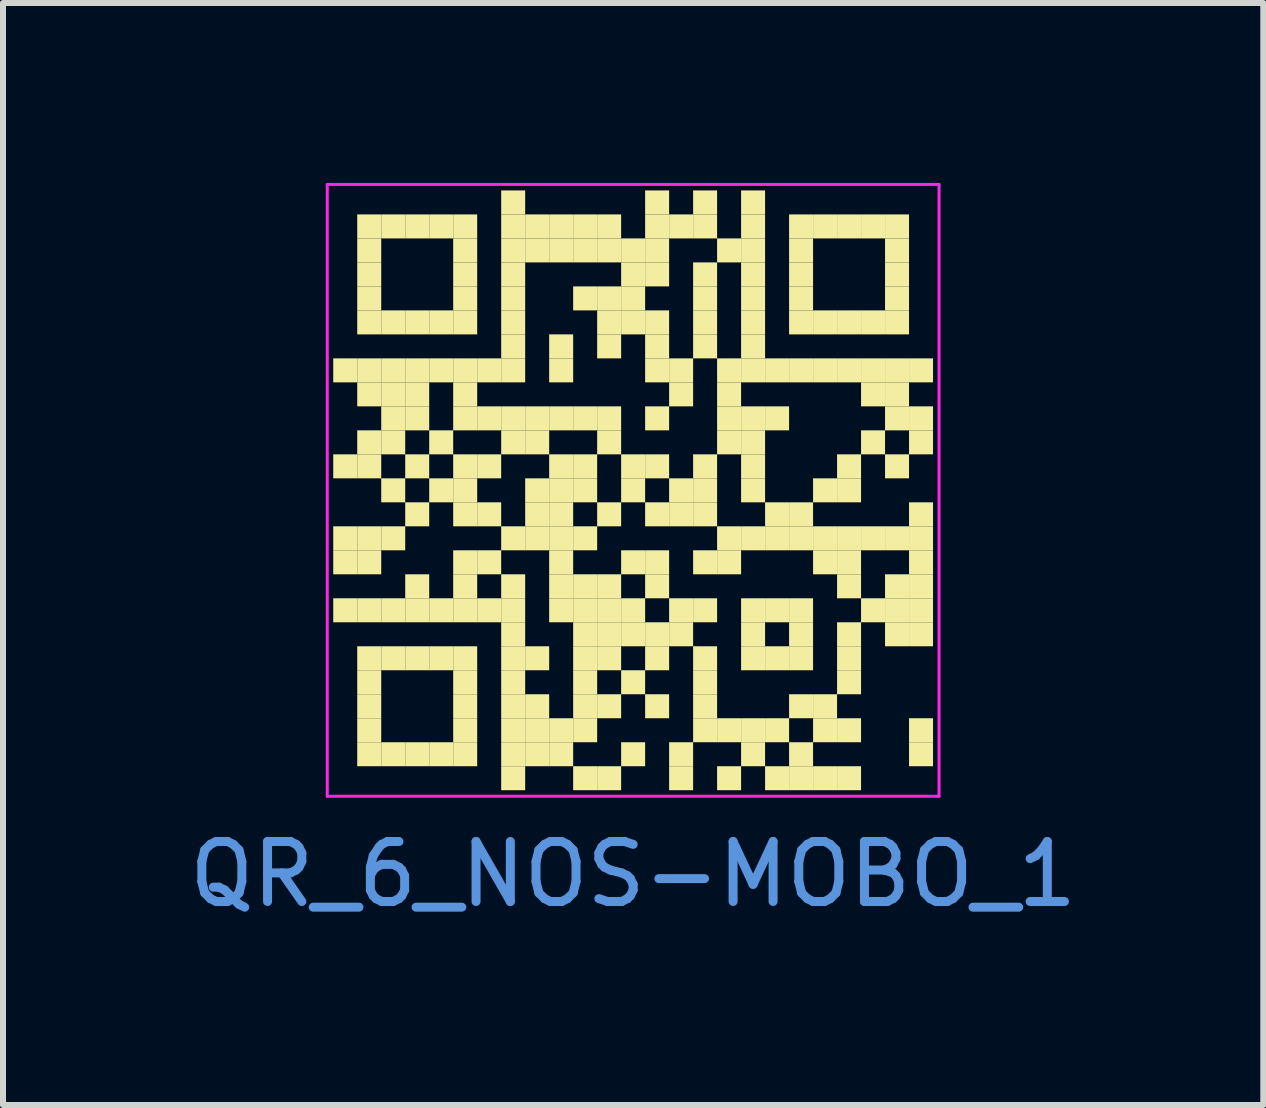
<source format=kicad_pcb>
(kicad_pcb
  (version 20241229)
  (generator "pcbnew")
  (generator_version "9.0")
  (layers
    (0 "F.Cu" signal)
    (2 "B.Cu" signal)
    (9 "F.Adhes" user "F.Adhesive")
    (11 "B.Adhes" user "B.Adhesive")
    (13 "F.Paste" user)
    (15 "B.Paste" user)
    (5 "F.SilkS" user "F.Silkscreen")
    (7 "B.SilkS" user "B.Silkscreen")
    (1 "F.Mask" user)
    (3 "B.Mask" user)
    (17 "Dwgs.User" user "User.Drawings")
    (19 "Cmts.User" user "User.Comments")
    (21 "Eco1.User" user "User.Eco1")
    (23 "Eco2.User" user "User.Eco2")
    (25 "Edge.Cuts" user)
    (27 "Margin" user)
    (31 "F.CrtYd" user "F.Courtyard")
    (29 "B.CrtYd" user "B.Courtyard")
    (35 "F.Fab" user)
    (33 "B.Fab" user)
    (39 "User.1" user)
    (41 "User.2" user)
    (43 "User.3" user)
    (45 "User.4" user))
  (footprint "QR_6_NOS-MOBO_1"
    (layer "F.Cu")
    (at 7.506 5.125)
    (property "Reference" "QR_6_NOS-MOBO_1" (at 0 6.4 0) (layer "Cmts.User") (effects (font (size 1 1) (thickness 0.15))))
    (fp_rect (start -5 -2.2) (end -4.6 -1.8) (stroke (width 0) (type solid)) (fill yes) (layer "F.SilkS"))
    (fp_rect (start -5 -0.6) (end -4.6 -0.2) (stroke (width 0) (type solid)) (fill yes) (layer "F.SilkS"))
    (fp_rect (start -5 0.6) (end -4.6 1) (stroke (width 0) (type solid)) (fill yes) (layer "F.SilkS"))
    (fp_rect (start -5 1) (end -4.6 1.4) (stroke (width 0) (type solid)) (fill yes) (layer "F.SilkS"))
    (fp_rect (start -5 1.8) (end -4.6 2.2) (stroke (width 0) (type solid)) (fill yes) (layer "F.SilkS"))
    (fp_rect (start -4.6 -4.6) (end -4.2 -4.2) (stroke (width 0) (type solid)) (fill yes) (layer "F.SilkS"))
    (fp_rect (start -4.6 -4.2) (end -4.2 -3.8) (stroke (width 0) (type solid)) (fill yes) (layer "F.SilkS"))
    (fp_rect (start -4.6 -3.8) (end -4.2 -3.4) (stroke (width 0) (type solid)) (fill yes) (layer "F.SilkS"))
    (fp_rect (start -4.6 -3.4) (end -4.2 -3) (stroke (width 0) (type solid)) (fill yes) (layer "F.SilkS"))
    (fp_rect (start -4.6 -3) (end -4.2 -2.6) (stroke (width 0) (type solid)) (fill yes) (layer "F.SilkS"))
    (fp_rect (start -4.6 -2.2) (end -4.2 -1.8) (stroke (width 0) (type solid)) (fill yes) (layer "F.SilkS"))
    (fp_rect (start -4.6 -1.8) (end -4.2 -1.4) (stroke (width 0) (type solid)) (fill yes) (layer "F.SilkS"))
    (fp_rect (start -4.6 -1) (end -4.2 -0.6) (stroke (width 0) (type solid)) (fill yes) (layer "F.SilkS"))
    (fp_rect (start -4.6 -0.6) (end -4.2 -0.2) (stroke (width 0) (type solid)) (fill yes) (layer "F.SilkS"))
    (fp_rect (start -4.6 0.6) (end -4.2 1) (stroke (width 0) (type solid)) (fill yes) (layer "F.SilkS"))
    (fp_rect (start -4.6 1) (end -4.2 1.4) (stroke (width 0) (type solid)) (fill yes) (layer "F.SilkS"))
    (fp_rect (start -4.6 1.8) (end -4.2 2.2) (stroke (width 0) (type solid)) (fill yes) (layer "F.SilkS"))
    (fp_rect (start -4.6 2.6) (end -4.2 3) (stroke (width 0) (type solid)) (fill yes) (layer "F.SilkS"))
    (fp_rect (start -4.6 3) (end -4.2 3.4) (stroke (width 0) (type solid)) (fill yes) (layer "F.SilkS"))
    (fp_rect (start -4.6 3.4) (end -4.2 3.8) (stroke (width 0) (type solid)) (fill yes) (layer "F.SilkS"))
    (fp_rect (start -4.6 3.8) (end -4.2 4.2) (stroke (width 0) (type solid)) (fill yes) (layer "F.SilkS"))
    (fp_rect (start -4.6 4.2) (end -4.2 4.6) (stroke (width 0) (type solid)) (fill yes) (layer "F.SilkS"))
    (fp_rect (start -4.2 -4.6) (end -3.8 -4.2) (stroke (width 0) (type solid)) (fill yes) (layer "F.SilkS"))
    (fp_rect (start -4.2 -3) (end -3.8 -2.6) (stroke (width 0) (type solid)) (fill yes) (layer "F.SilkS"))
    (fp_rect (start -4.2 -2.2) (end -3.8 -1.8) (stroke (width 0) (type solid)) (fill yes) (layer "F.SilkS"))
    (fp_rect (start -4.2 -1.8) (end -3.8 -1.4) (stroke (width 0) (type solid)) (fill yes) (layer "F.SilkS"))
    (fp_rect (start -4.2 -1.4) (end -3.8 -1) (stroke (width 0) (type solid)) (fill yes) (layer "F.SilkS"))
    (fp_rect (start -4.2 -1) (end -3.8 -0.6) (stroke (width 0) (type solid)) (fill yes) (layer "F.SilkS"))
    (fp_rect (start -4.2 -0.2) (end -3.8 0.2) (stroke (width 0) (type solid)) (fill yes) (layer "F.SilkS"))
    (fp_rect (start -4.2 0.6) (end -3.8 1) (stroke (width 0) (type solid)) (fill yes) (layer "F.SilkS"))
    (fp_rect (start -4.2 1.8) (end -3.8 2.2) (stroke (width 0) (type solid)) (fill yes) (layer "F.SilkS"))
    (fp_rect (start -4.2 2.6) (end -3.8 3) (stroke (width 0) (type solid)) (fill yes) (layer "F.SilkS"))
    (fp_rect (start -4.2 4.2) (end -3.8 4.6) (stroke (width 0) (type solid)) (fill yes) (layer "F.SilkS"))
    (fp_rect (start -3.8 -4.6) (end -3.4 -4.2) (stroke (width 0) (type solid)) (fill yes) (layer "F.SilkS"))
    (fp_rect (start -3.8 -3) (end -3.4 -2.6) (stroke (width 0) (type solid)) (fill yes) (layer "F.SilkS"))
    (fp_rect (start -3.8 -2.2) (end -3.4 -1.8) (stroke (width 0) (type solid)) (fill yes) (layer "F.SilkS"))
    (fp_rect (start -3.8 -1.8) (end -3.4 -1.4) (stroke (width 0) (type solid)) (fill yes) (layer "F.SilkS"))
    (fp_rect (start -3.8 -1.4) (end -3.4 -1) (stroke (width 0) (type solid)) (fill yes) (layer "F.SilkS"))
    (fp_rect (start -3.8 -0.6) (end -3.4 -0.2) (stroke (width 0) (type solid)) (fill yes) (layer "F.SilkS"))
    (fp_rect (start -3.8 0.2) (end -3.4 0.6) (stroke (width 0) (type solid)) (fill yes) (layer "F.SilkS"))
    (fp_rect (start -3.8 1.4) (end -3.4 1.8) (stroke (width 0) (type solid)) (fill yes) (layer "F.SilkS"))
    (fp_rect (start -3.8 1.8) (end -3.4 2.2) (stroke (width 0) (type solid)) (fill yes) (layer "F.SilkS"))
    (fp_rect (start -3.8 2.6) (end -3.4 3) (stroke (width 0) (type solid)) (fill yes) (layer "F.SilkS"))
    (fp_rect (start -3.8 4.2) (end -3.4 4.6) (stroke (width 0) (type solid)) (fill yes) (layer "F.SilkS"))
    (fp_rect (start -3.4 -4.6) (end -3 -4.2) (stroke (width 0) (type solid)) (fill yes) (layer "F.SilkS"))
    (fp_rect (start -3.4 -3) (end -3 -2.6) (stroke (width 0) (type solid)) (fill yes) (layer "F.SilkS"))
    (fp_rect (start -3.4 -2.2) (end -3 -1.8) (stroke (width 0) (type solid)) (fill yes) (layer "F.SilkS"))
    (fp_rect (start -3.4 -1) (end -3 -0.6) (stroke (width 0) (type solid)) (fill yes) (layer "F.SilkS"))
    (fp_rect (start -3.4 -0.2) (end -3 0.2) (stroke (width 0) (type solid)) (fill yes) (layer "F.SilkS"))
    (fp_rect (start -3.4 1.8) (end -3 2.2) (stroke (width 0) (type solid)) (fill yes) (layer "F.SilkS"))
    (fp_rect (start -3.4 2.6) (end -3 3) (stroke (width 0) (type solid)) (fill yes) (layer "F.SilkS"))
    (fp_rect (start -3.4 4.2) (end -3 4.6) (stroke (width 0) (type solid)) (fill yes) (layer "F.SilkS"))
    (fp_rect (start -3 -4.6) (end -2.6 -4.2) (stroke (width 0) (type solid)) (fill yes) (layer "F.SilkS"))
    (fp_rect (start -3 -4.2) (end -2.6 -3.8) (stroke (width 0) (type solid)) (fill yes) (layer "F.SilkS"))
    (fp_rect (start -3 -3.8) (end -2.6 -3.4) (stroke (width 0) (type solid)) (fill yes) (layer "F.SilkS"))
    (fp_rect (start -3 -3.4) (end -2.6 -3) (stroke (width 0) (type solid)) (fill yes) (layer "F.SilkS"))
    (fp_rect (start -3 -3) (end -2.6 -2.6) (stroke (width 0) (type solid)) (fill yes) (layer "F.SilkS"))
    (fp_rect (start -3 -2.2) (end -2.6 -1.8) (stroke (width 0) (type solid)) (fill yes) (layer "F.SilkS"))
    (fp_rect (start -3 -1.8) (end -2.6 -1.4) (stroke (width 0) (type solid)) (fill yes) (layer "F.SilkS"))
    (fp_rect (start -3 -1.4) (end -2.6 -1) (stroke (width 0) (type solid)) (fill yes) (layer "F.SilkS"))
    (fp_rect (start -3 -0.6) (end -2.6 -0.2) (stroke (width 0) (type solid)) (fill yes) (layer "F.SilkS"))
    (fp_rect (start -3 -0.2) (end -2.6 0.2) (stroke (width 0) (type solid)) (fill yes) (layer "F.SilkS"))
    (fp_rect (start -3 0.2) (end -2.6 0.6) (stroke (width 0) (type solid)) (fill yes) (layer "F.SilkS"))
    (fp_rect (start -3 1) (end -2.6 1.4) (stroke (width 0) (type solid)) (fill yes) (layer "F.SilkS"))
    (fp_rect (start -3 1.4) (end -2.6 1.8) (stroke (width 0) (type solid)) (fill yes) (layer "F.SilkS"))
    (fp_rect (start -3 1.8) (end -2.6 2.2) (stroke (width 0) (type solid)) (fill yes) (layer "F.SilkS"))
    (fp_rect (start -3 2.6) (end -2.6 3) (stroke (width 0) (type solid)) (fill yes) (layer "F.SilkS"))
    (fp_rect (start -3 3) (end -2.6 3.4) (stroke (width 0) (type solid)) (fill yes) (layer "F.SilkS"))
    (fp_rect (start -3 3.4) (end -2.6 3.8) (stroke (width 0) (type solid)) (fill yes) (layer "F.SilkS"))
    (fp_rect (start -3 3.8) (end -2.6 4.2) (stroke (width 0) (type solid)) (fill yes) (layer "F.SilkS"))
    (fp_rect (start -3 4.2) (end -2.6 4.6) (stroke (width 0) (type solid)) (fill yes) (layer "F.SilkS"))
    (fp_rect (start -2.6 -2.2) (end -2.2 -1.8) (stroke (width 0) (type solid)) (fill yes) (layer "F.SilkS"))
    (fp_rect (start -2.6 -1.4) (end -2.2 -1) (stroke (width 0) (type solid)) (fill yes) (layer "F.SilkS"))
    (fp_rect (start -2.6 -0.6) (end -2.2 -0.2) (stroke (width 0) (type solid)) (fill yes) (layer "F.SilkS"))
    (fp_rect (start -2.6 0.2) (end -2.2 0.6) (stroke (width 0) (type solid)) (fill yes) (layer "F.SilkS"))
    (fp_rect (start -2.6 1) (end -2.2 1.4) (stroke (width 0) (type solid)) (fill yes) (layer "F.SilkS"))
    (fp_rect (start -2.6 1.8) (end -2.2 2.2) (stroke (width 0) (type solid)) (fill yes) (layer "F.SilkS"))
    (fp_rect (start -2.2 -5) (end -1.8 -4.6) (stroke (width 0) (type solid)) (fill yes) (layer "F.SilkS"))
    (fp_rect (start -2.2 -4.6) (end -1.8 -4.2) (stroke (width 0) (type solid)) (fill yes) (layer "F.SilkS"))
    (fp_rect (start -2.2 -4.2) (end -1.8 -3.8) (stroke (width 0) (type solid)) (fill yes) (layer "F.SilkS"))
    (fp_rect (start -2.2 -3.8) (end -1.8 -3.4) (stroke (width 0) (type solid)) (fill yes) (layer "F.SilkS"))
    (fp_rect (start -2.2 -3.4) (end -1.8 -3) (stroke (width 0) (type solid)) (fill yes) (layer "F.SilkS"))
    (fp_rect (start -2.2 -3) (end -1.8 -2.6) (stroke (width 0) (type solid)) (fill yes) (layer "F.SilkS"))
    (fp_rect (start -2.2 -2.6) (end -1.8 -2.2) (stroke (width 0) (type solid)) (fill yes) (layer "F.SilkS"))
    (fp_rect (start -2.2 -2.2) (end -1.8 -1.8) (stroke (width 0) (type solid)) (fill yes) (layer "F.SilkS"))
    (fp_rect (start -2.2 -1.4) (end -1.8 -1) (stroke (width 0) (type solid)) (fill yes) (layer "F.SilkS"))
    (fp_rect (start -2.2 -1) (end -1.8 -0.6) (stroke (width 0) (type solid)) (fill yes) (layer "F.SilkS"))
    (fp_rect (start -2.2 0.6) (end -1.8 1) (stroke (width 0) (type solid)) (fill yes) (layer "F.SilkS"))
    (fp_rect (start -2.2 1.4) (end -1.8 1.8) (stroke (width 0) (type solid)) (fill yes) (layer "F.SilkS"))
    (fp_rect (start -2.2 1.8) (end -1.8 2.2) (stroke (width 0) (type solid)) (fill yes) (layer "F.SilkS"))
    (fp_rect (start -2.2 2.2) (end -1.8 2.6) (stroke (width 0) (type solid)) (fill yes) (layer "F.SilkS"))
    (fp_rect (start -2.2 2.6) (end -1.8 3) (stroke (width 0) (type solid)) (fill yes) (layer "F.SilkS"))
    (fp_rect (start -2.2 3) (end -1.8 3.4) (stroke (width 0) (type solid)) (fill yes) (layer "F.SilkS"))
    (fp_rect (start -2.2 3.4) (end -1.8 3.8) (stroke (width 0) (type solid)) (fill yes) (layer "F.SilkS"))
    (fp_rect (start -2.2 3.8) (end -1.8 4.2) (stroke (width 0) (type solid)) (fill yes) (layer "F.SilkS"))
    (fp_rect (start -2.2 4.2) (end -1.8 4.6) (stroke (width 0) (type solid)) (fill yes) (layer "F.SilkS"))
    (fp_rect (start -2.2 4.6) (end -1.8 5) (stroke (width 0) (type solid)) (fill yes) (layer "F.SilkS"))
    (fp_rect (start -1.8 -4.6) (end -1.4 -4.2) (stroke (width 0) (type solid)) (fill yes) (layer "F.SilkS"))
    (fp_rect (start -1.8 -4.2) (end -1.4 -3.8) (stroke (width 0) (type solid)) (fill yes) (layer "F.SilkS"))
    (fp_rect (start -1.8 -1.4) (end -1.4 -1) (stroke (width 0) (type solid)) (fill yes) (layer "F.SilkS"))
    (fp_rect (start -1.8 -1) (end -1.4 -0.6) (stroke (width 0) (type solid)) (fill yes) (layer "F.SilkS"))
    (fp_rect (start -1.8 -0.2) (end -1.4 0.2) (stroke (width 0) (type solid)) (fill yes) (layer "F.SilkS"))
    (fp_rect (start -1.8 0.2) (end -1.4 0.6) (stroke (width 0) (type solid)) (fill yes) (layer "F.SilkS"))
    (fp_rect (start -1.8 0.6) (end -1.4 1) (stroke (width 0) (type solid)) (fill yes) (layer "F.SilkS"))
    (fp_rect (start -1.8 2.6) (end -1.4 3) (stroke (width 0) (type solid)) (fill yes) (layer "F.SilkS"))
    (fp_rect (start -1.8 3.4) (end -1.4 3.8) (stroke (width 0) (type solid)) (fill yes) (layer "F.SilkS"))
    (fp_rect (start -1.8 3.8) (end -1.4 4.2) (stroke (width 0) (type solid)) (fill yes) (layer "F.SilkS"))
    (fp_rect (start -1.8 4.2) (end -1.4 4.6) (stroke (width 0) (type solid)) (fill yes) (layer "F.SilkS"))
    (fp_rect (start -1.4 -4.6) (end -1 -4.2) (stroke (width 0) (type solid)) (fill yes) (layer "F.SilkS"))
    (fp_rect (start -1.4 -4.2) (end -1 -3.8) (stroke (width 0) (type solid)) (fill yes) (layer "F.SilkS"))
    (fp_rect (start -1.4 -2.6) (end -1 -2.2) (stroke (width 0) (type solid)) (fill yes) (layer "F.SilkS"))
    (fp_rect (start -1.4 -2.2) (end -1 -1.8) (stroke (width 0) (type solid)) (fill yes) (layer "F.SilkS"))
    (fp_rect (start -1.4 -1.4) (end -1 -1) (stroke (width 0) (type solid)) (fill yes) (layer "F.SilkS"))
    (fp_rect (start -1.4 -0.6) (end -1 -0.2) (stroke (width 0) (type solid)) (fill yes) (layer "F.SilkS"))
    (fp_rect (start -1.4 -0.2) (end -1 0.2) (stroke (width 0) (type solid)) (fill yes) (layer "F.SilkS"))
    (fp_rect (start -1.4 0.2) (end -1 0.6) (stroke (width 0) (type solid)) (fill yes) (layer "F.SilkS"))
    (fp_rect (start -1.4 0.6) (end -1 1) (stroke (width 0) (type solid)) (fill yes) (layer "F.SilkS"))
    (fp_rect (start -1.4 1) (end -1 1.4) (stroke (width 0) (type solid)) (fill yes) (layer "F.SilkS"))
    (fp_rect (start -1.4 1.4) (end -1 1.8) (stroke (width 0) (type solid)) (fill yes) (layer "F.SilkS"))
    (fp_rect (start -1.4 1.8) (end -1 2.2) (stroke (width 0) (type solid)) (fill yes) (layer "F.SilkS"))
    (fp_rect (start -1.4 3.8) (end -1 4.2) (stroke (width 0) (type solid)) (fill yes) (layer "F.SilkS"))
    (fp_rect (start -1.4 4.2) (end -1 4.6) (stroke (width 0) (type solid)) (fill yes) (layer "F.SilkS"))
    (fp_rect (start -1 -4.6) (end -0.6 -4.2) (stroke (width 0) (type solid)) (fill yes) (layer "F.SilkS"))
    (fp_rect (start -1 -4.2) (end -0.6 -3.8) (stroke (width 0) (type solid)) (fill yes) (layer "F.SilkS"))
    (fp_rect (start -1 -3.4) (end -0.6 -3) (stroke (width 0) (type solid)) (fill yes) (layer "F.SilkS"))
    (fp_rect (start -1 -1.4) (end -0.6 -1) (stroke (width 0) (type solid)) (fill yes) (layer "F.SilkS"))
    (fp_rect (start -1 -0.6) (end -0.6 -0.2) (stroke (width 0) (type solid)) (fill yes) (layer "F.SilkS"))
    (fp_rect (start -1 -0.2) (end -0.6 0.2) (stroke (width 0) (type solid)) (fill yes) (layer "F.SilkS"))
    (fp_rect (start -1 0.6) (end -0.6 1) (stroke (width 0) (type solid)) (fill yes) (layer "F.SilkS"))
    (fp_rect (start -1 1.4) (end -0.6 1.8) (stroke (width 0) (type solid)) (fill yes) (layer "F.SilkS"))
    (fp_rect (start -1 1.8) (end -0.6 2.2) (stroke (width 0) (type solid)) (fill yes) (layer "F.SilkS"))
    (fp_rect (start -1 2.2) (end -0.6 2.6) (stroke (width 0) (type solid)) (fill yes) (layer "F.SilkS"))
    (fp_rect (start -1 2.6) (end -0.6 3) (stroke (width 0) (type solid)) (fill yes) (layer "F.SilkS"))
    (fp_rect (start -1 3) (end -0.6 3.4) (stroke (width 0) (type solid)) (fill yes) (layer "F.SilkS"))
    (fp_rect (start -1 3.4) (end -0.6 3.8) (stroke (width 0) (type solid)) (fill yes) (layer "F.SilkS"))
    (fp_rect (start -1 3.8) (end -0.6 4.2) (stroke (width 0) (type solid)) (fill yes) (layer "F.SilkS"))
    (fp_rect (start -1 4.6) (end -0.6 5) (stroke (width 0) (type solid)) (fill yes) (layer "F.SilkS"))
    (fp_rect (start -0.6 -4.6) (end -0.2 -4.2) (stroke (width 0) (type solid)) (fill yes) (layer "F.SilkS"))
    (fp_rect (start -0.6 -4.2) (end -0.2 -3.8) (stroke (width 0) (type solid)) (fill yes) (layer "F.SilkS"))
    (fp_rect (start -0.6 -3.4) (end -0.2 -3) (stroke (width 0) (type solid)) (fill yes) (layer "F.SilkS"))
    (fp_rect (start -0.6 -3) (end -0.2 -2.6) (stroke (width 0) (type solid)) (fill yes) (layer "F.SilkS"))
    (fp_rect (start -0.6 -2.6) (end -0.2 -2.2) (stroke (width 0) (type solid)) (fill yes) (layer "F.SilkS"))
    (fp_rect (start -0.6 -1.4) (end -0.2 -1) (stroke (width 0) (type solid)) (fill yes) (layer "F.SilkS"))
    (fp_rect (start -0.6 -1) (end -0.2 -0.6) (stroke (width 0) (type solid)) (fill yes) (layer "F.SilkS"))
    (fp_rect (start -0.6 0.2) (end -0.2 0.6) (stroke (width 0) (type solid)) (fill yes) (layer "F.SilkS"))
    (fp_rect (start -0.6 1.4) (end -0.2 1.8) (stroke (width 0) (type solid)) (fill yes) (layer "F.SilkS"))
    (fp_rect (start -0.6 1.8) (end -0.2 2.2) (stroke (width 0) (type solid)) (fill yes) (layer "F.SilkS"))
    (fp_rect (start -0.6 2.2) (end -0.2 2.6) (stroke (width 0) (type solid)) (fill yes) (layer "F.SilkS"))
    (fp_rect (start -0.6 2.6) (end -0.2 3) (stroke (width 0) (type solid)) (fill yes) (layer "F.SilkS"))
    (fp_rect (start -0.6 3.4) (end -0.2 3.8) (stroke (width 0) (type solid)) (fill yes) (layer "F.SilkS"))
    (fp_rect (start -0.6 4.6) (end -0.2 5) (stroke (width 0) (type solid)) (fill yes) (layer "F.SilkS"))
    (fp_rect (start -0.2 -4.2) (end 0.2 -3.8) (stroke (width 0) (type solid)) (fill yes) (layer "F.SilkS"))
    (fp_rect (start -0.2 -3.8) (end 0.2 -3.4) (stroke (width 0) (type solid)) (fill yes) (layer "F.SilkS"))
    (fp_rect (start -0.2 -3.4) (end 0.2 -3) (stroke (width 0) (type solid)) (fill yes) (layer "F.SilkS"))
    (fp_rect (start -0.2 -3) (end 0.2 -2.6) (stroke (width 0) (type solid)) (fill yes) (layer "F.SilkS"))
    (fp_rect (start -0.2 -0.6) (end 0.2 -0.2) (stroke (width 0) (type solid)) (fill yes) (layer "F.SilkS"))
    (fp_rect (start -0.2 -0.2) (end 0.2 0.2) (stroke (width 0) (type solid)) (fill yes) (layer "F.SilkS"))
    (fp_rect (start -0.2 1) (end 0.2 1.4) (stroke (width 0) (type solid)) (fill yes) (layer "F.SilkS"))
    (fp_rect (start -0.2 1.8) (end 0.2 2.2) (stroke (width 0) (type solid)) (fill yes) (layer "F.SilkS"))
    (fp_rect (start -0.2 2.2) (end 0.2 2.6) (stroke (width 0) (type solid)) (fill yes) (layer "F.SilkS"))
    (fp_rect (start -0.2 3) (end 0.2 3.4) (stroke (width 0) (type solid)) (fill yes) (layer "F.SilkS"))
    (fp_rect (start -0.2 4.2) (end 0.2 4.6) (stroke (width 0) (type solid)) (fill yes) (layer "F.SilkS"))
    (fp_rect (start 0.2 -5) (end 0.6 -4.6) (stroke (width 0) (type solid)) (fill yes) (layer "F.SilkS"))
    (fp_rect (start 0.2 -4.6) (end 0.6 -4.2) (stroke (width 0) (type solid)) (fill yes) (layer "F.SilkS"))
    (fp_rect (start 0.2 -4.2) (end 0.6 -3.8) (stroke (width 0) (type solid)) (fill yes) (layer "F.SilkS"))
    (fp_rect (start 0.2 -3.8) (end 0.6 -3.4) (stroke (width 0) (type solid)) (fill yes) (layer "F.SilkS"))
    (fp_rect (start 0.2 -3) (end 0.6 -2.6) (stroke (width 0) (type solid)) (fill yes) (layer "F.SilkS"))
    (fp_rect (start 0.2 -2.6) (end 0.6 -2.2) (stroke (width 0) (type solid)) (fill yes) (layer "F.SilkS"))
    (fp_rect (start 0.2 -2.2) (end 0.6 -1.8) (stroke (width 0) (type solid)) (fill yes) (layer "F.SilkS"))
    (fp_rect (start 0.2 -1.4) (end 0.6 -1) (stroke (width 0) (type solid)) (fill yes) (layer "F.SilkS"))
    (fp_rect (start 0.2 -0.6) (end 0.6 -0.2) (stroke (width 0) (type solid)) (fill yes) (layer "F.SilkS"))
    (fp_rect (start 0.2 0.2) (end 0.6 0.6) (stroke (width 0) (type solid)) (fill yes) (layer "F.SilkS"))
    (fp_rect (start 0.2 1) (end 0.6 1.4) (stroke (width 0) (type solid)) (fill yes) (layer "F.SilkS"))
    (fp_rect (start 0.2 1.4) (end 0.6 1.8) (stroke (width 0) (type solid)) (fill yes) (layer "F.SilkS"))
    (fp_rect (start 0.2 2.2) (end 0.6 2.6) (stroke (width 0) (type solid)) (fill yes) (layer "F.SilkS"))
    (fp_rect (start 0.2 2.6) (end 0.6 3) (stroke (width 0) (type solid)) (fill yes) (layer "F.SilkS"))
    (fp_rect (start 0.2 3.4) (end 0.6 3.8) (stroke (width 0) (type solid)) (fill yes) (layer "F.SilkS"))
    (fp_rect (start 0.6 -4.6) (end 1 -4.2) (stroke (width 0) (type solid)) (fill yes) (layer "F.SilkS"))
    (fp_rect (start 0.6 -2.2) (end 1 -1.8) (stroke (width 0) (type solid)) (fill yes) (layer "F.SilkS"))
    (fp_rect (start 0.6 -1.8) (end 1 -1.4) (stroke (width 0) (type solid)) (fill yes) (layer "F.SilkS"))
    (fp_rect (start 0.6 -0.2) (end 1 0.2) (stroke (width 0) (type solid)) (fill yes) (layer "F.SilkS"))
    (fp_rect (start 0.6 0.2) (end 1 0.6) (stroke (width 0) (type solid)) (fill yes) (layer "F.SilkS"))
    (fp_rect (start 0.6 1.8) (end 1 2.2) (stroke (width 0) (type solid)) (fill yes) (layer "F.SilkS"))
    (fp_rect (start 0.6 2.2) (end 1 2.6) (stroke (width 0) (type solid)) (fill yes) (layer "F.SilkS"))
    (fp_rect (start 0.6 4.2) (end 1 4.6) (stroke (width 0) (type solid)) (fill yes) (layer "F.SilkS"))
    (fp_rect (start 0.6 4.6) (end 1 5) (stroke (width 0) (type solid)) (fill yes) (layer "F.SilkS"))
    (fp_rect (start 1 -5) (end 1.4 -4.6) (stroke (width 0) (type solid)) (fill yes) (layer "F.SilkS"))
    (fp_rect (start 1 -4.6) (end 1.4 -4.2) (stroke (width 0) (type solid)) (fill yes) (layer "F.SilkS"))
    (fp_rect (start 1 -3.8) (end 1.4 -3.4) (stroke (width 0) (type solid)) (fill yes) (layer "F.SilkS"))
    (fp_rect (start 1 -3.4) (end 1.4 -3) (stroke (width 0) (type solid)) (fill yes) (layer "F.SilkS"))
    (fp_rect (start 1 -3) (end 1.4 -2.6) (stroke (width 0) (type solid)) (fill yes) (layer "F.SilkS"))
    (fp_rect (start 1 -2.6) (end 1.4 -2.2) (stroke (width 0) (type solid)) (fill yes) (layer "F.SilkS"))
    (fp_rect (start 1 -0.6) (end 1.4 -0.2) (stroke (width 0) (type solid)) (fill yes) (layer "F.SilkS"))
    (fp_rect (start 1 -0.2) (end 1.4 0.2) (stroke (width 0) (type solid)) (fill yes) (layer "F.SilkS"))
    (fp_rect (start 1 0.2) (end 1.4 0.6) (stroke (width 0) (type solid)) (fill yes) (layer "F.SilkS"))
    (fp_rect (start 1 1) (end 1.4 1.4) (stroke (width 0) (type solid)) (fill yes) (layer "F.SilkS"))
    (fp_rect (start 1 1.8) (end 1.4 2.2) (stroke (width 0) (type solid)) (fill yes) (layer "F.SilkS"))
    (fp_rect (start 1 2.6) (end 1.4 3) (stroke (width 0) (type solid)) (fill yes) (layer "F.SilkS"))
    (fp_rect (start 1 3) (end 1.4 3.4) (stroke (width 0) (type solid)) (fill yes) (layer "F.SilkS"))
    (fp_rect (start 1 3.4) (end 1.4 3.8) (stroke (width 0) (type solid)) (fill yes) (layer "F.SilkS"))
    (fp_rect (start 1 3.8) (end 1.4 4.2) (stroke (width 0) (type solid)) (fill yes) (layer "F.SilkS"))
    (fp_rect (start 1.4 -4.2) (end 1.8 -3.8) (stroke (width 0) (type solid)) (fill yes) (layer "F.SilkS"))
    (fp_rect (start 1.4 -2.2) (end 1.8 -1.8) (stroke (width 0) (type solid)) (fill yes) (layer "F.SilkS"))
    (fp_rect (start 1.4 -1.8) (end 1.8 -1.4) (stroke (width 0) (type solid)) (fill yes) (layer "F.SilkS"))
    (fp_rect (start 1.4 -1.4) (end 1.8 -1) (stroke (width 0) (type solid)) (fill yes) (layer "F.SilkS"))
    (fp_rect (start 1.4 -1) (end 1.8 -0.6) (stroke (width 0) (type solid)) (fill yes) (layer "F.SilkS"))
    (fp_rect (start 1.4 0.6) (end 1.8 1) (stroke (width 0) (type solid)) (fill yes) (layer "F.SilkS"))
    (fp_rect (start 1.4 1) (end 1.8 1.4) (stroke (width 0) (type solid)) (fill yes) (layer "F.SilkS"))
    (fp_rect (start 1.4 3.8) (end 1.8 4.2) (stroke (width 0) (type solid)) (fill yes) (layer "F.SilkS"))
    (fp_rect (start 1.4 4.6) (end 1.8 5) (stroke (width 0) (type solid)) (fill yes) (layer "F.SilkS"))
    (fp_rect (start 1.8 -5) (end 2.2 -4.6) (stroke (width 0) (type solid)) (fill yes) (layer "F.SilkS"))
    (fp_rect (start 1.8 -4.6) (end 2.2 -4.2) (stroke (width 0) (type solid)) (fill yes) (layer "F.SilkS"))
    (fp_rect (start 1.8 -4.2) (end 2.2 -3.8) (stroke (width 0) (type solid)) (fill yes) (layer "F.SilkS"))
    (fp_rect (start 1.8 -3.8) (end 2.2 -3.4) (stroke (width 0) (type solid)) (fill yes) (layer "F.SilkS"))
    (fp_rect (start 1.8 -3.4) (end 2.2 -3) (stroke (width 0) (type solid)) (fill yes) (layer "F.SilkS"))
    (fp_rect (start 1.8 -3) (end 2.2 -2.6) (stroke (width 0) (type solid)) (fill yes) (layer "F.SilkS"))
    (fp_rect (start 1.8 -2.6) (end 2.2 -2.2) (stroke (width 0) (type solid)) (fill yes) (layer "F.SilkS"))
    (fp_rect (start 1.8 -2.2) (end 2.2 -1.8) (stroke (width 0) (type solid)) (fill yes) (layer "F.SilkS"))
    (fp_rect (start 1.8 -1.4) (end 2.2 -1) (stroke (width 0) (type solid)) (fill yes) (layer "F.SilkS"))
    (fp_rect (start 1.8 -1) (end 2.2 -0.6) (stroke (width 0) (type solid)) (fill yes) (layer "F.SilkS"))
    (fp_rect (start 1.8 -0.6) (end 2.2 -0.2) (stroke (width 0) (type solid)) (fill yes) (layer "F.SilkS"))
    (fp_rect (start 1.8 -0.2) (end 2.2 0.2) (stroke (width 0) (type solid)) (fill yes) (layer "F.SilkS"))
    (fp_rect (start 1.8 0.6) (end 2.2 1) (stroke (width 0) (type solid)) (fill yes) (layer "F.SilkS"))
    (fp_rect (start 1.8 1.8) (end 2.2 2.2) (stroke (width 0) (type solid)) (fill yes) (layer "F.SilkS"))
    (fp_rect (start 1.8 2.2) (end 2.2 2.6) (stroke (width 0) (type solid)) (fill yes) (layer "F.SilkS"))
    (fp_rect (start 1.8 2.6) (end 2.2 3) (stroke (width 0) (type solid)) (fill yes) (layer "F.SilkS"))
    (fp_rect (start 1.8 3.8) (end 2.2 4.2) (stroke (width 0) (type solid)) (fill yes) (layer "F.SilkS"))
    (fp_rect (start 1.8 4.2) (end 2.2 4.6) (stroke (width 0) (type solid)) (fill yes) (layer "F.SilkS"))
    (fp_rect (start 2.2 -2.2) (end 2.6 -1.8) (stroke (width 0) (type solid)) (fill yes) (layer "F.SilkS"))
    (fp_rect (start 2.2 -1.4) (end 2.6 -1) (stroke (width 0) (type solid)) (fill yes) (layer "F.SilkS"))
    (fp_rect (start 2.2 0.2) (end 2.6 0.6) (stroke (width 0) (type solid)) (fill yes) (layer "F.SilkS"))
    (fp_rect (start 2.2 0.6) (end 2.6 1) (stroke (width 0) (type solid)) (fill yes) (layer "F.SilkS"))
    (fp_rect (start 2.2 1.8) (end 2.6 2.2) (stroke (width 0) (type solid)) (fill yes) (layer "F.SilkS"))
    (fp_rect (start 2.2 2.6) (end 2.6 3) (stroke (width 0) (type solid)) (fill yes) (layer "F.SilkS"))
    (fp_rect (start 2.2 3.8) (end 2.6 4.2) (stroke (width 0) (type solid)) (fill yes) (layer "F.SilkS"))
    (fp_rect (start 2.2 4.6) (end 2.6 5) (stroke (width 0) (type solid)) (fill yes) (layer "F.SilkS"))
    (fp_rect (start 2.6 -4.6) (end 3 -4.2) (stroke (width 0) (type solid)) (fill yes) (layer "F.SilkS"))
    (fp_rect (start 2.6 -4.2) (end 3 -3.8) (stroke (width 0) (type solid)) (fill yes) (layer "F.SilkS"))
    (fp_rect (start 2.6 -3.8) (end 3 -3.4) (stroke (width 0) (type solid)) (fill yes) (layer "F.SilkS"))
    (fp_rect (start 2.6 -3.4) (end 3 -3) (stroke (width 0) (type solid)) (fill yes) (layer "F.SilkS"))
    (fp_rect (start 2.6 -3) (end 3 -2.6) (stroke (width 0) (type solid)) (fill yes) (layer "F.SilkS"))
    (fp_rect (start 2.6 -2.2) (end 3 -1.8) (stroke (width 0) (type solid)) (fill yes) (layer "F.SilkS"))
    (fp_rect (start 2.6 0.2) (end 3 0.6) (stroke (width 0) (type solid)) (fill yes) (layer "F.SilkS"))
    (fp_rect (start 2.6 0.6) (end 3 1) (stroke (width 0) (type solid)) (fill yes) (layer "F.SilkS"))
    (fp_rect (start 2.6 1.8) (end 3 2.2) (stroke (width 0) (type solid)) (fill yes) (layer "F.SilkS"))
    (fp_rect (start 2.6 2.2) (end 3 2.6) (stroke (width 0) (type solid)) (fill yes) (layer "F.SilkS"))
    (fp_rect (start 2.6 2.6) (end 3 3) (stroke (width 0) (type solid)) (fill yes) (layer "F.SilkS"))
    (fp_rect (start 2.6 3.4) (end 3 3.8) (stroke (width 0) (type solid)) (fill yes) (layer "F.SilkS"))
    (fp_rect (start 2.6 4.2) (end 3 4.6) (stroke (width 0) (type solid)) (fill yes) (layer "F.SilkS"))
    (fp_rect (start 2.6 4.6) (end 3 5) (stroke (width 0) (type solid)) (fill yes) (layer "F.SilkS"))
    (fp_rect (start 3 -4.6) (end 3.4 -4.2) (stroke (width 0) (type solid)) (fill yes) (layer "F.SilkS"))
    (fp_rect (start 3 -3) (end 3.4 -2.6) (stroke (width 0) (type solid)) (fill yes) (layer "F.SilkS"))
    (fp_rect (start 3 -2.2) (end 3.4 -1.8) (stroke (width 0) (type solid)) (fill yes) (layer "F.SilkS"))
    (fp_rect (start 3 -0.2) (end 3.4 0.2) (stroke (width 0) (type solid)) (fill yes) (layer "F.SilkS"))
    (fp_rect (start 3 0.6) (end 3.4 1) (stroke (width 0) (type solid)) (fill yes) (layer "F.SilkS"))
    (fp_rect (start 3 1) (end 3.4 1.4) (stroke (width 0) (type solid)) (fill yes) (layer "F.SilkS"))
    (fp_rect (start 3 3.4) (end 3.4 3.8) (stroke (width 0) (type solid)) (fill yes) (layer "F.SilkS"))
    (fp_rect (start 3 3.8) (end 3.4 4.2) (stroke (width 0) (type solid)) (fill yes) (layer "F.SilkS"))
    (fp_rect (start 3 4.6) (end 3.4 5) (stroke (width 0) (type solid)) (fill yes) (layer "F.SilkS"))
    (fp_rect (start 3.4 -4.6) (end 3.8 -4.2) (stroke (width 0) (type solid)) (fill yes) (layer "F.SilkS"))
    (fp_rect (start 3.4 -3) (end 3.8 -2.6) (stroke (width 0) (type solid)) (fill yes) (layer "F.SilkS"))
    (fp_rect (start 3.4 -2.2) (end 3.8 -1.8) (stroke (width 0) (type solid)) (fill yes) (layer "F.SilkS"))
    (fp_rect (start 3.4 -0.6) (end 3.8 -0.2) (stroke (width 0) (type solid)) (fill yes) (layer "F.SilkS"))
    (fp_rect (start 3.4 -0.2) (end 3.8 0.2) (stroke (width 0) (type solid)) (fill yes) (layer "F.SilkS"))
    (fp_rect (start 3.4 0.6) (end 3.8 1) (stroke (width 0) (type solid)) (fill yes) (layer "F.SilkS"))
    (fp_rect (start 3.4 1) (end 3.8 1.4) (stroke (width 0) (type solid)) (fill yes) (layer "F.SilkS"))
    (fp_rect (start 3.4 1.4) (end 3.8 1.8) (stroke (width 0) (type solid)) (fill yes) (layer "F.SilkS"))
    (fp_rect (start 3.4 2.2) (end 3.8 2.6) (stroke (width 0) (type solid)) (fill yes) (layer "F.SilkS"))
    (fp_rect (start 3.4 2.6) (end 3.8 3) (stroke (width 0) (type solid)) (fill yes) (layer "F.SilkS"))
    (fp_rect (start 3.4 3) (end 3.8 3.4) (stroke (width 0) (type solid)) (fill yes) (layer "F.SilkS"))
    (fp_rect (start 3.4 3.8) (end 3.8 4.2) (stroke (width 0) (type solid)) (fill yes) (layer "F.SilkS"))
    (fp_rect (start 3.4 4.6) (end 3.8 5) (stroke (width 0) (type solid)) (fill yes) (layer "F.SilkS"))
    (fp_rect (start 3.8 -4.6) (end 4.2 -4.2) (stroke (width 0) (type solid)) (fill yes) (layer "F.SilkS"))
    (fp_rect (start 3.8 -3) (end 4.2 -2.6) (stroke (width 0) (type solid)) (fill yes) (layer "F.SilkS"))
    (fp_rect (start 3.8 -2.2) (end 4.2 -1.8) (stroke (width 0) (type solid)) (fill yes) (layer "F.SilkS"))
    (fp_rect (start 3.8 -1.8) (end 4.2 -1.4) (stroke (width 0) (type solid)) (fill yes) (layer "F.SilkS"))
    (fp_rect (start 3.8 -1) (end 4.2 -0.6) (stroke (width 0) (type solid)) (fill yes) (layer "F.SilkS"))
    (fp_rect (start 3.8 0.6) (end 4.2 1) (stroke (width 0) (type solid)) (fill yes) (layer "F.SilkS"))
    (fp_rect (start 3.8 1.8) (end 4.2 2.2) (stroke (width 0) (type solid)) (fill yes) (layer "F.SilkS"))
    (fp_rect (start 4.2 -4.6) (end 4.6 -4.2) (stroke (width 0) (type solid)) (fill yes) (layer "F.SilkS"))
    (fp_rect (start 4.2 -4.2) (end 4.6 -3.8) (stroke (width 0) (type solid)) (fill yes) (layer "F.SilkS"))
    (fp_rect (start 4.2 -3.8) (end 4.6 -3.4) (stroke (width 0) (type solid)) (fill yes) (layer "F.SilkS"))
    (fp_rect (start 4.2 -3.4) (end 4.6 -3) (stroke (width 0) (type solid)) (fill yes) (layer "F.SilkS"))
    (fp_rect (start 4.2 -3) (end 4.6 -2.6) (stroke (width 0) (type solid)) (fill yes) (layer "F.SilkS"))
    (fp_rect (start 4.2 -2.2) (end 4.6 -1.8) (stroke (width 0) (type solid)) (fill yes) (layer "F.SilkS"))
    (fp_rect (start 4.2 -1.8) (end 4.6 -1.4) (stroke (width 0) (type solid)) (fill yes) (layer "F.SilkS"))
    (fp_rect (start 4.2 -1.4) (end 4.6 -1) (stroke (width 0) (type solid)) (fill yes) (layer "F.SilkS"))
    (fp_rect (start 4.2 -0.6) (end 4.6 -0.2) (stroke (width 0) (type solid)) (fill yes) (layer "F.SilkS"))
    (fp_rect (start 4.2 0.6) (end 4.6 1) (stroke (width 0) (type solid)) (fill yes) (layer "F.SilkS"))
    (fp_rect (start 4.2 1.4) (end 4.6 1.8) (stroke (width 0) (type solid)) (fill yes) (layer "F.SilkS"))
    (fp_rect (start 4.2 1.8) (end 4.6 2.2) (stroke (width 0) (type solid)) (fill yes) (layer "F.SilkS"))
    (fp_rect (start 4.2 2.2) (end 4.6 2.6) (stroke (width 0) (type solid)) (fill yes) (layer "F.SilkS"))
    (fp_rect (start 4.6 -2.2) (end 5 -1.8) (stroke (width 0) (type solid)) (fill yes) (layer "F.SilkS"))
    (fp_rect (start 4.6 -1.4) (end 5 -1) (stroke (width 0) (type solid)) (fill yes) (layer "F.SilkS"))
    (fp_rect (start 4.6 -1) (end 5 -0.6) (stroke (width 0) (type solid)) (fill yes) (layer "F.SilkS"))
    (fp_rect (start 4.6 0.2) (end 5 0.6) (stroke (width 0) (type solid)) (fill yes) (layer "F.SilkS"))
    (fp_rect (start 4.6 0.6) (end 5 1) (stroke (width 0) (type solid)) (fill yes) (layer "F.SilkS"))
    (fp_rect (start 4.6 1) (end 5 1.4) (stroke (width 0) (type solid)) (fill yes) (layer "F.SilkS"))
    (fp_rect (start 4.6 1.4) (end 5 1.8) (stroke (width 0) (type solid)) (fill yes) (layer "F.SilkS"))
    (fp_rect (start 4.6 1.8) (end 5 2.2) (stroke (width 0) (type solid)) (fill yes) (layer "F.SilkS"))
    (fp_rect (start 4.6 2.2) (end 5 2.6) (stroke (width 0) (type solid)) (fill yes) (layer "F.SilkS"))
    (fp_rect (start 4.6 3.8) (end 5 4.2) (stroke (width 0) (type solid)) (fill yes) (layer "F.SilkS"))
    (fp_rect (start 4.6 4.2) (end 5 4.6) (stroke (width 0) (type solid)) (fill yes) (layer "F.SilkS"))
    (fp_line (start -5.1 -5.1) (end 5.1 -5.1) (stroke (width 0.05) (type solid)) (layer "F.CrtYd"))
    (fp_line (start -5.1 5.1) (end -5.1 -5.1) (stroke (width 0.05) (type solid)) (layer "F.CrtYd"))
    (fp_line (start 5.1 -5.1) (end 5.1 5.1) (stroke (width 0.05) (type solid)) (layer "F.CrtYd"))
    (fp_line (start 5.1 5.1) (end -5.1 5.1) (stroke (width 0.05) (type solid)) (layer "F.CrtYd")))
  (gr_rect
    (start -3 -3)
    (end 18.012 15.373)
    (stroke (width 0.1) (type default))
    (fill no)
    (layer "Edge.Cuts")))
</source>
